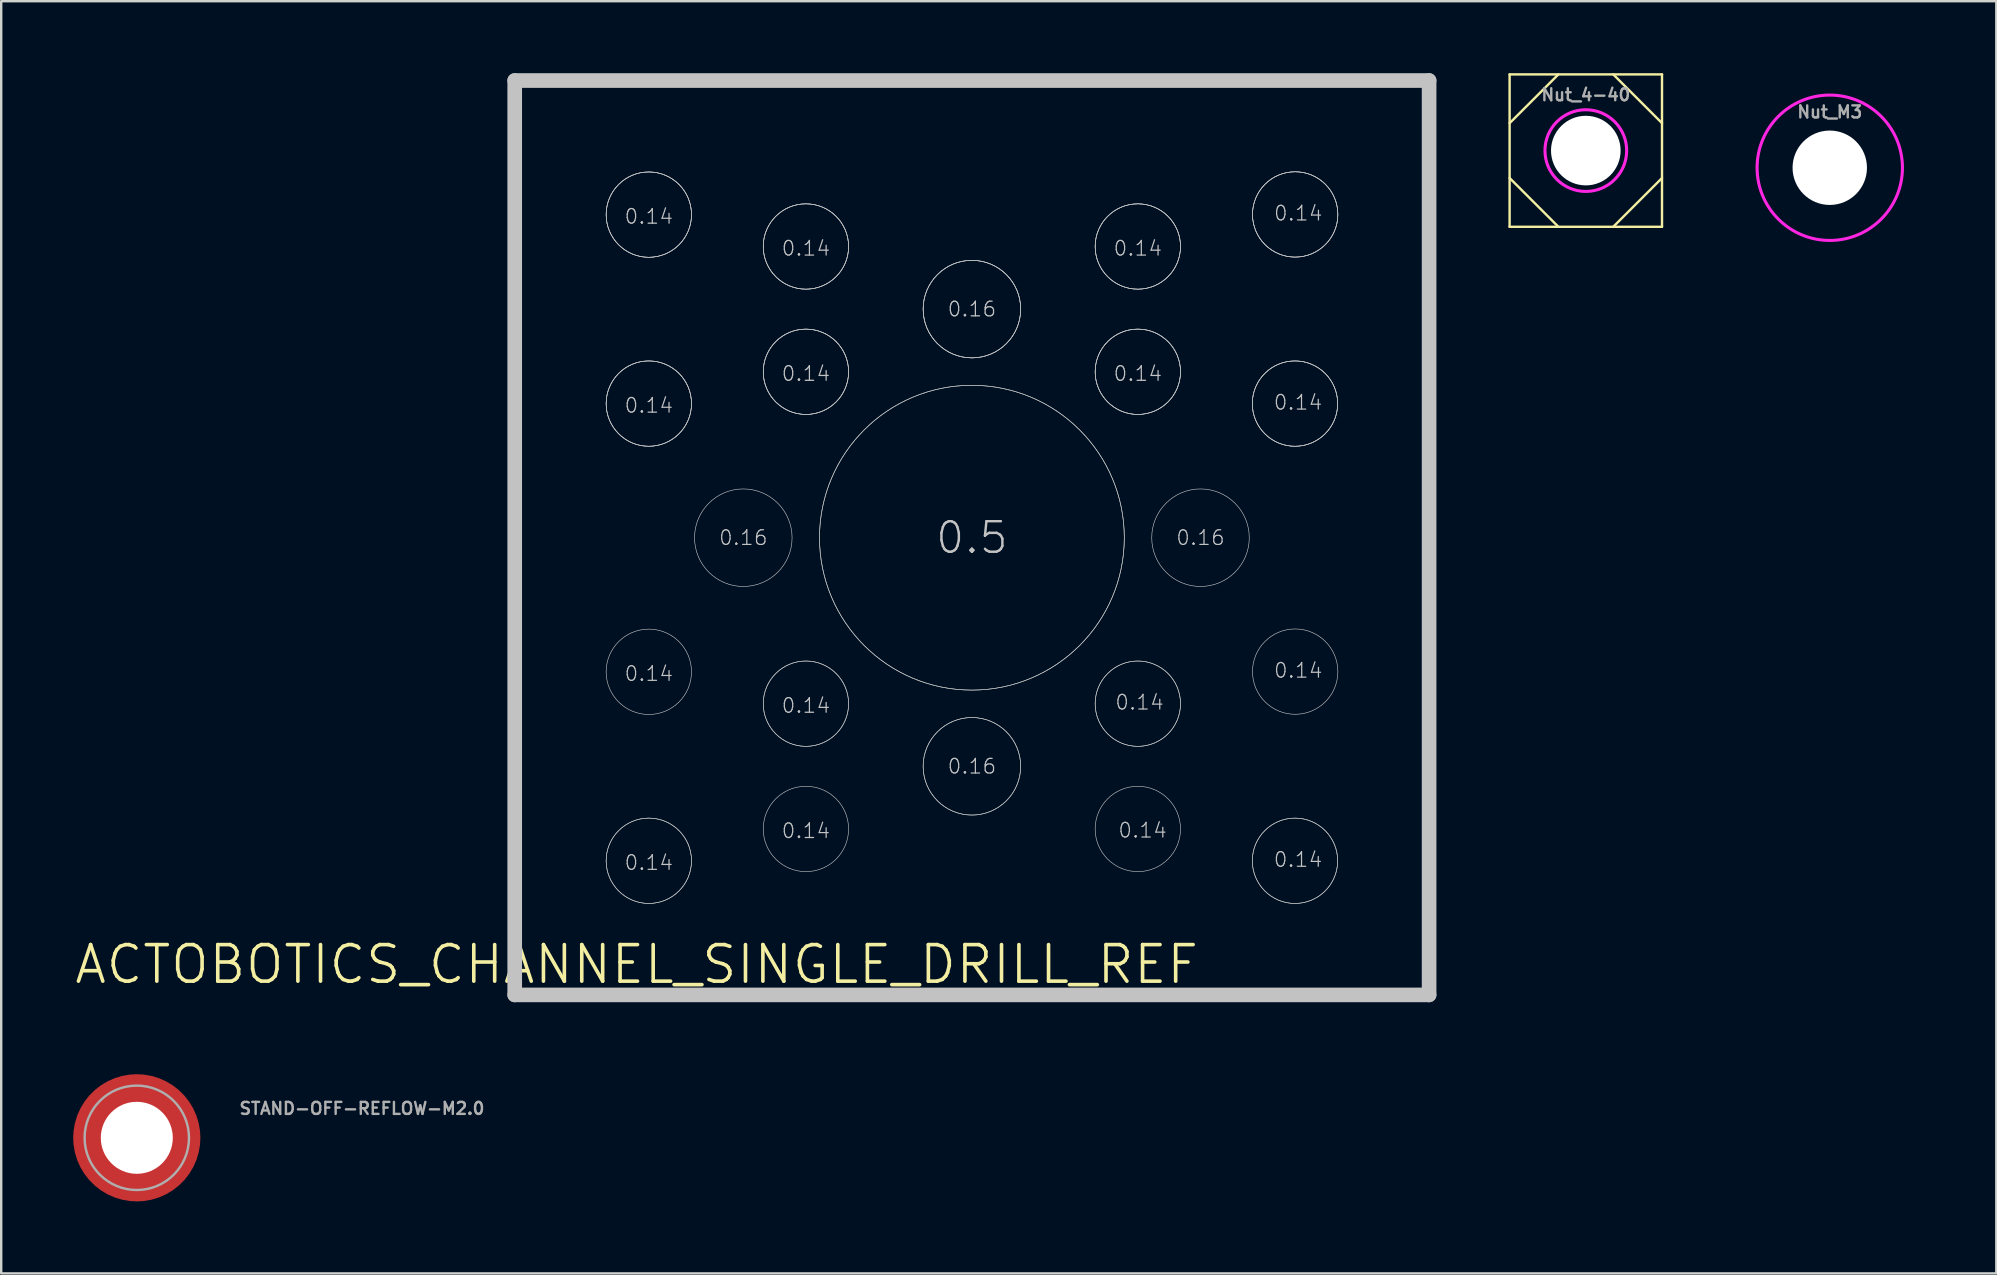
<source format=kicad_pcb>
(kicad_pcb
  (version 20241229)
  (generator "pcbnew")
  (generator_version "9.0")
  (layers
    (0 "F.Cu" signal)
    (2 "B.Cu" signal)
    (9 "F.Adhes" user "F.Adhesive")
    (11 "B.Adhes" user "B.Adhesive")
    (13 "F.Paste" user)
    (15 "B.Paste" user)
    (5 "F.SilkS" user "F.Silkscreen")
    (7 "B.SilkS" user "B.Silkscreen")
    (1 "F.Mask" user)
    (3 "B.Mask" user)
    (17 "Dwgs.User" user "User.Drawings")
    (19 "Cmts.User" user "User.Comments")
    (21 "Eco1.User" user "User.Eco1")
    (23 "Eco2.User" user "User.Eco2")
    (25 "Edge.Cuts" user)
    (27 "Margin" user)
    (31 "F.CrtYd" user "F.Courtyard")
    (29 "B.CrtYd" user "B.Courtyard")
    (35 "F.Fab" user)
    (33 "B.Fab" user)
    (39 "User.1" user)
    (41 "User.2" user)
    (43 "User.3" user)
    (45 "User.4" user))
  (footprint "ACTOBOTICS_CHANNEL_SINGLE_DRILL_REF"
    (layer "F.Cu")
    (at 18.397 38.405)
    (property "Reference" "ACTOBOTICS_CHANNEL_SINGLE_DRILL_REF" (at 5.08 -1.27 0) (layer "F.SilkS") (effects (font (size 1.524 1.524) (thickness 0.15))))
    (attr exclude_from_pos_files exclude_from_bom)
    (fp_line (start 0 -38.1) (end 0 0) (stroke (width 0.61) (type solid)) (layer "Dwgs.User"))
    (fp_line (start 0 0) (end 38.1 0) (stroke (width 0.61) (type solid)) (layer "Dwgs.User"))
    (fp_line (start 38.1 -38.1) (end 0 -38.1) (stroke (width 0.61) (type solid)) (layer "Dwgs.User"))
    (fp_line (start 38.1 0) (end 38.1 -38.1) (stroke (width 0.61) (type solid)) (layer "Dwgs.User"))
    (fp_circle (center 5.588 -32.512) (end 5.588 -34.29) (stroke (width 0.025) (type solid)) (fill no) (layer "Dwgs.User"))
    (fp_circle (center 5.588 -32.512) (end 5.588 -34.29) (stroke (width 0.025) (type solid)) (fill no) (layer "Dwgs.User"))
    (fp_circle (center 5.588 -32.512) (end 5.588 -34.29) (stroke (width 0.025) (type solid)) (fill no) (layer "Dwgs.User"))
    (fp_circle (center 5.588 -24.638) (end 5.588 -26.416) (stroke (width 0.025) (type solid)) (fill no) (layer "Dwgs.User"))
    (fp_circle (center 5.588 -24.638) (end 5.588 -26.416) (stroke (width 0.025) (type solid)) (fill no) (layer "Dwgs.User"))
    (fp_circle (center 5.588 -24.638) (end 5.588 -26.416) (stroke (width 0.025) (type solid)) (fill no) (layer "Dwgs.User"))
    (fp_circle (center 5.588 -13.462) (end 5.588 -15.24) (stroke (width 0.025) (type solid)) (fill no) (layer "Dwgs.User"))
    (fp_circle (center 5.588 -5.588) (end 5.588 -7.366) (stroke (width 0.025) (type solid)) (fill no) (layer "Dwgs.User"))
    (fp_circle (center 5.588 -5.588) (end 5.588 -7.366) (stroke (width 0.025) (type solid)) (fill no) (layer "Dwgs.User"))
    (fp_circle (center 9.525 -19.05) (end 9.525 -21.082) (stroke (width 0.025) (type solid)) (fill no) (layer "Dwgs.User"))
    (fp_circle (center 12.134 -31.184) (end 12.134 -32.962) (stroke (width 0.025) (type solid)) (fill no) (layer "Dwgs.User"))
    (fp_circle (center 12.134 -31.184) (end 12.134 -32.962) (stroke (width 0.025) (type solid)) (fill no) (layer "Dwgs.User"))
    (fp_circle (center 12.134 -31.184) (end 12.134 -32.962) (stroke (width 0.025) (type solid)) (fill no) (layer "Dwgs.User"))
    (fp_circle (center 12.134 -25.964) (end 12.134 -27.742) (stroke (width 0.025) (type solid)) (fill no) (layer "Dwgs.User"))
    (fp_circle (center 12.134 -25.964) (end 12.134 -27.742) (stroke (width 0.025) (type solid)) (fill no) (layer "Dwgs.User"))
    (fp_circle (center 12.134 -25.964) (end 12.134 -27.742) (stroke (width 0.025) (type solid)) (fill no) (layer "Dwgs.User"))
    (fp_circle (center 12.134 -12.134) (end 12.134 -13.912) (stroke (width 0.025) (type solid)) (fill no) (layer "Dwgs.User"))
    (fp_circle (center 12.134 -12.134) (end 12.134 -13.912) (stroke (width 0.025) (type solid)) (fill no) (layer "Dwgs.User"))
    (fp_circle (center 12.134 -6.914) (end 12.134 -8.692) (stroke (width 0.025) (type solid)) (fill no) (layer "Dwgs.User"))
    (fp_circle (center 19.05 -28.575) (end 19.05 -30.607) (stroke (width 0.025) (type solid)) (fill no) (layer "Dwgs.User"))
    (fp_circle (center 19.05 -28.575) (end 19.05 -30.607) (stroke (width 0.025) (type solid)) (fill no) (layer "Dwgs.User"))
    (fp_circle (center 19.05 -28.575) (end 19.05 -30.607) (stroke (width 0.025) (type solid)) (fill no) (layer "Dwgs.User"))
    (fp_circle (center 19.05 -19.05) (end 19.05 -25.4) (stroke (width 0.025) (type solid)) (fill no) (layer "Dwgs.User"))
    (fp_circle (center 19.05 -19.05) (end 19.05 -25.4) (stroke (width 0.025) (type solid)) (fill no) (layer "Dwgs.User"))
    (fp_circle (center 19.05 -9.525) (end 19.05 -11.557) (stroke (width 0.025) (type solid)) (fill no) (layer "Dwgs.User"))
    (fp_circle (center 19.05 -9.525) (end 19.05 -11.557) (stroke (width 0.025) (type solid)) (fill no) (layer "Dwgs.User"))
    (fp_circle (center 25.964 -31.184) (end 25.964 -32.962) (stroke (width 0.025) (type solid)) (fill no) (layer "Dwgs.User"))
    (fp_circle (center 25.964 -31.184) (end 25.964 -32.962) (stroke (width 0.025) (type solid)) (fill no) (layer "Dwgs.User"))
    (fp_circle (center 25.964 -31.184) (end 25.964 -32.962) (stroke (width 0.025) (type solid)) (fill no) (layer "Dwgs.User"))
    (fp_circle (center 25.964 -25.964) (end 25.964 -27.742) (stroke (width 0.025) (type solid)) (fill no) (layer "Dwgs.User"))
    (fp_circle (center 25.964 -25.964) (end 25.964 -27.742) (stroke (width 0.025) (type solid)) (fill no) (layer "Dwgs.User"))
    (fp_circle (center 25.964 -25.964) (end 25.964 -27.742) (stroke (width 0.025) (type solid)) (fill no) (layer "Dwgs.User"))
    (fp_circle (center 25.964 -12.134) (end 25.964 -13.912) (stroke (width 0.025) (type solid)) (fill no) (layer "Dwgs.User"))
    (fp_circle (center 25.964 -12.134) (end 25.964 -13.912) (stroke (width 0.025) (type solid)) (fill no) (layer "Dwgs.User"))
    (fp_circle (center 25.964 -6.914) (end 25.964 -8.692) (stroke (width 0.025) (type solid)) (fill no) (layer "Dwgs.User"))
    (fp_circle (center 28.575 -19.05) (end 28.575 -21.082) (stroke (width 0.025) (type solid)) (fill no) (layer "Dwgs.User"))
    (fp_circle (center 32.512 -24.638) (end 32.512 -26.416) (stroke (width 0.025) (type solid)) (fill no) (layer "Dwgs.User"))
    (fp_circle (center 32.512 -24.638) (end 32.512 -26.416) (stroke (width 0.025) (type solid)) (fill no) (layer "Dwgs.User"))
    (fp_circle (center 32.512 -24.638) (end 32.512 -26.416) (stroke (width 0.025) (type solid)) (fill no) (layer "Dwgs.User"))
    (fp_circle (center 32.512 -5.588) (end 32.512 -7.366) (stroke (width 0.025) (type solid)) (fill no) (layer "Dwgs.User"))
    (fp_circle (center 32.512 -5.588) (end 32.512 -7.366) (stroke (width 0.025) (type solid)) (fill no) (layer "Dwgs.User"))
    (fp_circle (center 32.52 -32.52) (end 32.52 -34.298) (stroke (width 0.025) (type solid)) (fill no) (layer "Dwgs.User"))
    (fp_circle (center 32.52 -32.52) (end 32.52 -34.298) (stroke (width 0.025) (type solid)) (fill no) (layer "Dwgs.User"))
    (fp_circle (center 32.52 -32.52) (end 32.52 -34.298) (stroke (width 0.025) (type solid)) (fill no) (layer "Dwgs.User"))
    (fp_circle (center 32.52 -13.47) (end 32.52 -15.248) (stroke (width 0.025) (type solid)) (fill no) (layer "Dwgs.User"))
    (fp_text user "0.14" (at 5.588 -5.512 0) (layer "Dwgs.User") (effects (font (size 0.61 0.61) (thickness 0.051))))
    (fp_text user "0.14" (at 5.588 -24.562 0) (layer "Dwgs.User") (effects (font (size 0.61 0.61) (thickness 0.051))))
    (fp_text user "0.5" (at 19.05 -19.05 0) (layer "Dwgs.User") (effects (font (size 1.27 1.27) (thickness 0.102))))
    (fp_text user "0.14" (at 25.964 -25.888 0) (layer "Dwgs.User") (effects (font (size 0.61 0.61) (thickness 0.051))))
    (fp_text user "0.16" (at 19.05 -28.575 0) (layer "Dwgs.User") (effects (font (size 0.61 0.61) (thickness 0.051))))
    (fp_text user "0.14" (at 32.639 -24.689 0) (layer "Dwgs.User") (effects (font (size 0.61 0.61) (thickness 0.051))))
    (fp_text user "0.14" (at 25.964 -31.107 0) (layer "Dwgs.User") (effects (font (size 0.61 0.61) (thickness 0.051))))
    (fp_text user "0.14" (at 5.588 -32.436 0) (layer "Dwgs.User") (effects (font (size 0.61 0.61) (thickness 0.051))))
    (fp_text user "0.14" (at 12.134 -6.838 0) (layer "Dwgs.User") (effects (font (size 0.61 0.61) (thickness 0.051))))
    (fp_text user "0.14" (at 32.647 -13.52 0) (layer "Dwgs.User") (effects (font (size 0.61 0.61) (thickness 0.051))))
    (fp_text user "0.14" (at 32.639 -5.639 0) (layer "Dwgs.User") (effects (font (size 0.61 0.61) (thickness 0.051))))
    (fp_text user "0.14" (at 5.588 -13.386 0) (layer "Dwgs.User") (effects (font (size 0.61 0.61) (thickness 0.051))))
    (fp_text user "0.14" (at 12.134 -31.107 0) (layer "Dwgs.User") (effects (font (size 0.61 0.61) (thickness 0.051))))
    (fp_text user "0.14" (at 26.035 -12.192 0) (layer "Dwgs.User") (effects (font (size 0.61 0.61) (thickness 0.051))))
    (fp_text user "0.14" (at 32.647 -32.57 0) (layer "Dwgs.User") (effects (font (size 0.61 0.61) (thickness 0.051))))
    (fp_text user "0.16" (at 28.575 -19.05 0) (layer "Dwgs.User") (effects (font (size 0.61 0.61) (thickness 0.051))))
    (fp_text user "0.16" (at 9.525 -19.05 0) (layer "Dwgs.User") (effects (font (size 0.61 0.61) (thickness 0.051))))
    (fp_text user "0.14" (at 12.134 -25.888 0) (layer "Dwgs.User") (effects (font (size 0.61 0.61) (thickness 0.051))))
    (fp_text user "0.14" (at 26.162 -6.858 0) (layer "Dwgs.User") (effects (font (size 0.61 0.61) (thickness 0.051))))
    (fp_text user "0.14" (at 12.134 -12.057 0) (layer "Dwgs.User") (effects (font (size 0.61 0.61) (thickness 0.051))))
    (fp_text user "0.16" (at 19.05 -9.525 0) (layer "Dwgs.User") (effects (font (size 0.61 0.61) (thickness 0.051)))))
  (footprint "Nut_4-40"
    (layer "F.Cu")
    (at 63.027 3.225)
    (property "Reference" "Nut_4-40" (at 0 -2.032 0) (layer "F.Fab") (effects (font (size 0.5 0.5) (thickness 0.1)) (justify bottom)))
    (fp_line (start -3.175 -3.175) (end -3.175 3.175) (stroke (width 0.1) (type default)) (layer "F.SilkS"))
    (fp_line (start -3.175 -3.175) (end 3.175 -3.175) (stroke (width 0.1) (type default)) (layer "F.SilkS"))
    (fp_line (start -3.175 -1.143) (end -1.143 -3.175) (stroke (width 0.1) (type default)) (layer "F.SilkS"))
    (fp_line (start -3.175 1.143) (end -1.143 3.175) (stroke (width 0.1) (type default)) (layer "F.SilkS"))
    (fp_line (start -3.175 3.175) (end 3.175 3.175) (stroke (width 0.1) (type default)) (layer "F.SilkS"))
    (fp_line (start 1.143 -3.175) (end 3.175 -1.143) (stroke (width 0.1) (type default)) (layer "F.SilkS"))
    (fp_line (start 1.143 3.175) (end 3.175 1.143) (stroke (width 0.1) (type default)) (layer "F.SilkS"))
    (fp_line (start 3.175 -3.175) (end 3.175 3.175) (stroke (width 0.1) (type default)) (layer "F.SilkS"))
    (fp_circle (center 0 0) (end 1.702 0) (stroke (width 0.127) (type solid)) (fill no) (layer "F.CrtYd"))
    (fp_circle (center 0 0) (end 3.175 0) (stroke (width 0.1) (type default)) (fill no) (layer "User.2"))
    (pad "" np_thru_hole circle (at 0 0) (size 2.9 2.9) (drill 2.9) (layers "*.Cu" "*.Mask")))
  (footprint "STAND-OFF-REFLOW-M2.0"
    (layer "F.Cu")
    (at 2.65 44.36)
    (property "Reference" "STAND-OFF-REFLOW-M2.0" (at 4.22 -0.93 0) (layer "F.Fab") (effects (font (size 0.5 0.5) (thickness 0.1)) (justify left bottom)))
    (fp_poly (pts (xy -1.505 0.354) (xy -1.485 0.429) (xy -1.455 0.523) (xy -1.415 0.623) (xy -1.351 0.753) (xy -1.306 0.827) (xy -1.251 0.907) (xy -1.201 0.972) (xy -1.141 1.042) (xy -1.022 1.161) (xy -0.967 1.206) (xy -0.887 1.266) (xy -0.812 1.316) (xy -0.743 1.356) (xy -0.643 1.405) (xy -0.573 1.435) (xy -0.508 1.46) (xy -0.429 1.485) (xy -0.354 1.505) (xy -0.295 1.516) (xy -0.295 2.545) (xy -0.361 2.54) (xy -0.426 2.53) (xy -0.511 2.515) (xy -0.601 2.495) (xy -0.751 2.455) (xy -0.827 2.43) (xy -0.897 2.405) (xy -0.972 2.375) (xy -1.042 2.345) (xy -1.117 2.31) (xy -1.167 2.284) (xy -1.252 2.239) (xy -1.323 2.199) (xy -1.393 2.154) (xy -1.468 2.104) (xy -1.563 2.034) (xy -1.658 1.959) (xy -1.718 1.904) (xy -1.788 1.839) (xy -1.849 1.778) (xy -1.909 1.713) (xy -1.959 1.658) (xy -2.014 1.588) (xy -2.064 1.523) (xy -2.114 1.453) (xy -2.164 1.378) (xy -2.204 1.313) (xy -2.249 1.232) (xy -2.289 1.157) (xy -2.33 1.077) (xy -2.365 0.997) (xy -2.395 0.922) (xy -2.42 0.857) (xy -2.45 0.761) (xy -2.48 0.661) (xy -2.505 0.561) (xy -2.52 0.486) (xy -2.53 0.426) (xy -2.54 0.361) (xy -2.545 0.295) (xy -1.516 0.295)) (stroke (width 0) (type default)) (fill yes) (layer "F.Paste"))
    (fp_poly (pts (xy -0.295 -1.516) (xy -0.354 -1.505) (xy -0.429 -1.485) (xy -0.523 -1.455) (xy -0.623 -1.415) (xy -0.753 -1.351) (xy -0.827 -1.306) (xy -0.907 -1.251) (xy -0.972 -1.201) (xy -1.042 -1.141) (xy -1.161 -1.022) (xy -1.206 -0.967) (xy -1.266 -0.887) (xy -1.316 -0.812) (xy -1.356 -0.743) (xy -1.405 -0.643) (xy -1.435 -0.573) (xy -1.46 -0.508) (xy -1.485 -0.429) (xy -1.505 -0.354) (xy -1.516 -0.295) (xy -2.545 -0.295) (xy -2.54 -0.361) (xy -2.53 -0.426) (xy -2.515 -0.511) (xy -2.495 -0.601) (xy -2.455 -0.751) (xy -2.43 -0.827) (xy -2.405 -0.897) (xy -2.375 -0.972) (xy -2.345 -1.042) (xy -2.31 -1.117) (xy -2.284 -1.167) (xy -2.239 -1.252) (xy -2.199 -1.323) (xy -2.154 -1.393) (xy -2.104 -1.468) (xy -2.034 -1.563) (xy -1.959 -1.658) (xy -1.904 -1.718) (xy -1.839 -1.788) (xy -1.778 -1.849) (xy -1.713 -1.909) (xy -1.658 -1.959) (xy -1.588 -2.014) (xy -1.523 -2.064) (xy -1.453 -2.114) (xy -1.378 -2.164) (xy -1.313 -2.204) (xy -1.232 -2.249) (xy -1.157 -2.289) (xy -1.077 -2.33) (xy -0.997 -2.365) (xy -0.922 -2.395) (xy -0.857 -2.42) (xy -0.761 -2.45) (xy -0.661 -2.48) (xy -0.561 -2.505) (xy -0.486 -2.52) (xy -0.426 -2.53) (xy -0.361 -2.54) (xy -0.295 -2.545)) (stroke (width 0) (type default)) (fill yes) (layer "F.Paste"))
    (fp_poly (pts (xy 0.361 -2.54) (xy 0.426 -2.53) (xy 0.511 -2.515) (xy 0.601 -2.495) (xy 0.751 -2.455) (xy 0.827 -2.43) (xy 0.897 -2.405) (xy 0.972 -2.375) (xy 1.042 -2.345) (xy 1.117 -2.31) (xy 1.167 -2.284) (xy 1.252 -2.239) (xy 1.323 -2.199) (xy 1.393 -2.154) (xy 1.468 -2.104) (xy 1.563 -2.034) (xy 1.658 -1.959) (xy 1.718 -1.904) (xy 1.788 -1.839) (xy 1.849 -1.778) (xy 1.909 -1.713) (xy 1.959 -1.658) (xy 2.014 -1.588) (xy 2.064 -1.523) (xy 2.114 -1.453) (xy 2.164 -1.378) (xy 2.204 -1.313) (xy 2.249 -1.232) (xy 2.289 -1.157) (xy 2.33 -1.077) (xy 2.365 -0.997) (xy 2.395 -0.922) (xy 2.42 -0.857) (xy 2.45 -0.761) (xy 2.48 -0.661) (xy 2.505 -0.561) (xy 2.52 -0.486) (xy 2.53 -0.426) (xy 2.54 -0.361) (xy 2.545 -0.295) (xy 1.516 -0.295) (xy 1.505 -0.354) (xy 1.485 -0.429) (xy 1.455 -0.523) (xy 1.415 -0.623) (xy 1.351 -0.753) (xy 1.306 -0.827) (xy 1.251 -0.907) (xy 1.201 -0.972) (xy 1.141 -1.042) (xy 1.022 -1.161) (xy 0.967 -1.206) (xy 0.887 -1.266) (xy 0.812 -1.316) (xy 0.743 -1.356) (xy 0.643 -1.405) (xy 0.573 -1.435) (xy 0.508 -1.46) (xy 0.429 -1.485) (xy 0.354 -1.505) (xy 0.295 -1.516) (xy 0.295 -2.545)) (stroke (width 0) (type default)) (fill yes) (layer "F.Paste"))
    (fp_poly (pts (xy 2.54 0.361) (xy 2.53 0.426) (xy 2.515 0.511) (xy 2.495 0.601) (xy 2.455 0.751) (xy 2.43 0.827) (xy 2.405 0.897) (xy 2.375 0.972) (xy 2.345 1.042) (xy 2.31 1.117) (xy 2.284 1.167) (xy 2.239 1.252) (xy 2.199 1.323) (xy 2.154 1.393) (xy 2.104 1.468) (xy 2.034 1.563) (xy 1.959 1.658) (xy 1.904 1.718) (xy 1.839 1.788) (xy 1.778 1.849) (xy 1.713 1.909) (xy 1.658 1.959) (xy 1.588 2.014) (xy 1.523 2.064) (xy 1.453 2.114) (xy 1.378 2.164) (xy 1.313 2.204) (xy 1.232 2.249) (xy 1.157 2.289) (xy 1.077 2.33) (xy 0.997 2.365) (xy 0.922 2.395) (xy 0.857 2.42) (xy 0.761 2.45) (xy 0.661 2.48) (xy 0.561 2.505) (xy 0.486 2.52) (xy 0.426 2.53) (xy 0.361 2.54) (xy 0.295 2.545) (xy 0.295 1.516) (xy 0.354 1.505) (xy 0.429 1.485) (xy 0.523 1.455) (xy 0.623 1.415) (xy 0.753 1.351) (xy 0.827 1.306) (xy 0.907 1.251) (xy 0.972 1.201) (xy 1.042 1.141) (xy 1.161 1.022) (xy 1.206 0.967) (xy 1.266 0.887) (xy 1.316 0.812) (xy 1.356 0.743) (xy 1.405 0.643) (xy 1.435 0.573) (xy 1.46 0.508) (xy 1.485 0.429) (xy 1.505 0.354) (xy 1.516 0.295) (xy 2.545 0.295)) (stroke (width 0) (type default)) (fill yes) (layer "F.Paste"))
    (fp_circle (center 0 0) (end 2.175 0) (stroke (width 0.1) (type solid)) (fill no) (layer "F.Fab"))
    (pad "" np_thru_hole circle (at 0 0) (size 3 3) (drill 3) (layers "*.Cu" "*.Mask"))
    (pad "1" smd roundrect (at 0 0) (size 5.3 5.3) (layers "F.Cu" "F.Mask") (roundrect_rratio 0.5)))
  (footprint "Nut_M3"
    (layer "F.Cu")
    (at 73.192 3.94)
    (property "Reference" "Nut_M3" (at 0 -2.032 0) (layer "F.Fab") (effects (font (size 0.5 0.5) (thickness 0.1)) (justify bottom)))
    (fp_circle (center 0 0) (end 2.794 -1.168) (stroke (width 0.127) (type solid)) (fill no) (layer "F.CrtYd"))
    (fp_line (start -3.89 0) (end 0 -3.89) (stroke (width 0.1) (type default)) (layer "User.2"))
    (fp_line (start -3.89 0) (end 0 3.89) (stroke (width 0.1) (type default)) (layer "User.2"))
    (fp_line (start -2.75 -2.75) (end -2.75 2.75) (stroke (width 0.1) (type default)) (layer "User.2"))
    (fp_line (start -2.75 -2.75) (end 2.75 -2.75) (stroke (width 0.1) (type default)) (layer "User.2"))
    (fp_line (start -2.75 2.75) (end 2.75 2.75) (stroke (width 0.1) (type default)) (layer "User.2"))
    (fp_line (start 0 -3.89) (end 3.89 0) (stroke (width 0.1) (type default)) (layer "User.2"))
    (fp_line (start 0 3.89) (end 3.89 0) (stroke (width 0.1) (type default)) (layer "User.2"))
    (fp_line (start 2.75 -2.75) (end 2.75 2.75) (stroke (width 0.1) (type default)) (layer "User.2"))
    (fp_circle (center 0 0) (end 2.75 0) (stroke (width 0.1) (type default)) (fill no) (layer "User.2"))
    (fp_line (start -2.743 -1.143) (end -1.143 -2.743) (stroke (width 0.1) (type default)) (layer "User.3"))
    (fp_line (start -2.743 1.143) (end -2.743 -1.143) (stroke (width 0.1) (type default)) (layer "User.3"))
    (fp_line (start -1.143 -2.743) (end 1.143 -2.743) (stroke (width 0.1) (type default)) (layer "User.3"))
    (fp_line (start -1.143 2.743) (end -2.743 1.143) (stroke (width 0.1) (type default)) (layer "User.3"))
    (fp_line (start 1.143 -2.743) (end 2.743 -1.143) (stroke (width 0.1) (type default)) (layer "User.3"))
    (fp_line (start 1.143 2.743) (end -1.143 2.743) (stroke (width 0.1) (type default)) (layer "User.3"))
    (fp_line (start 2.743 -1.143) (end 2.743 1.143) (stroke (width 0.1) (type default)) (layer "User.3"))
    (fp_line (start 2.743 1.143) (end 1.143 2.743) (stroke (width 0.1) (type default)) (layer "User.3"))
    (pad "" np_thru_hole circle (at 0 0) (size 3.1 3.1) (drill 3.1) (layers "*.Cu" "*.Mask")))
  (gr_rect
    (start -3 -3)
    (end 80.132 50.01)
    (stroke (width 0.1) (type default))
    (fill no)
    (layer "Edge.Cuts")))
</source>
